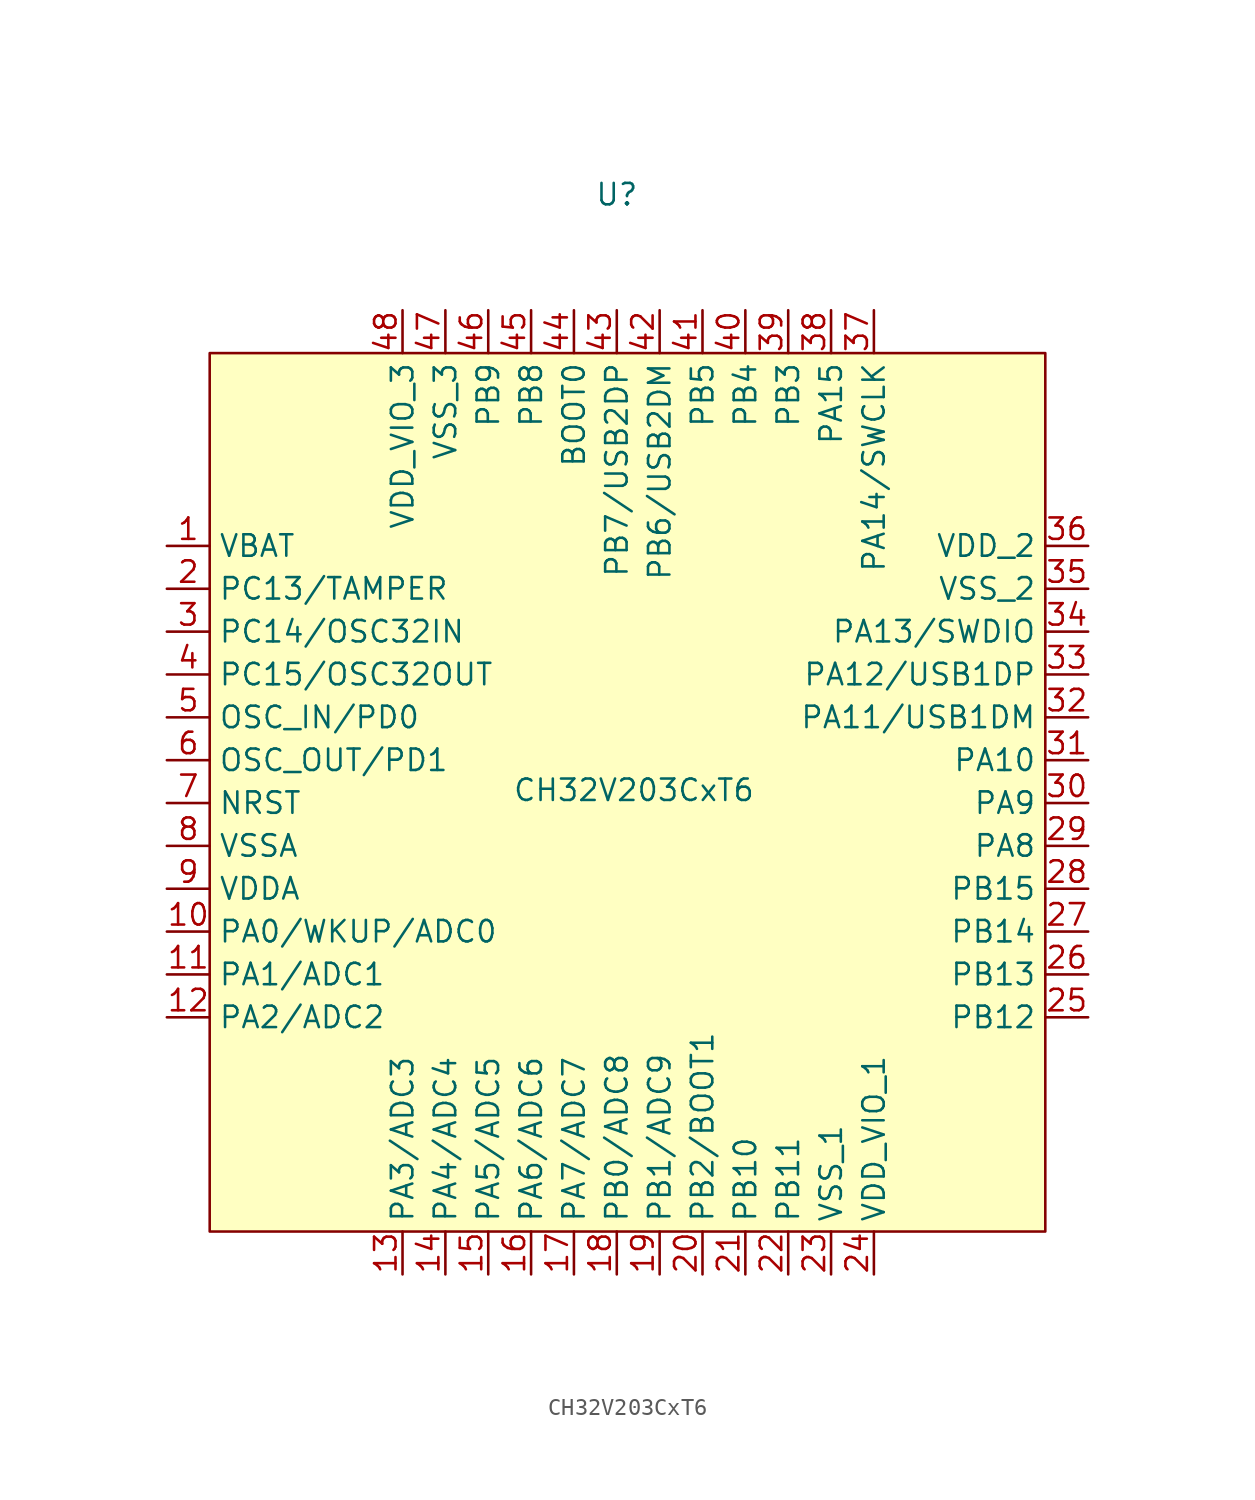
<source format=kicad_sym>
(kicad_symbol_lib
  (version 20231120)
  (generator "kicad_symbol_editor")
  (generator_version "8.0")
  (symbol "CH32V203CxT6"
    (property "Reference" "U"
      (at 0 34.798 0)
      (effects (font (size 1.27 1.27))))
    (property "Value" "CH32V203CxT6"
      (at 1.016 -0.508 0)
      (effects (font (size 1.27 1.27))))
    (symbol "CH32V203CxT6_0_0"
      (pin power_in line (at -26.67 13.97 0) (length 2.54) (name "VBAT" (effects (font (size 1.27 1.27)))) (number "1" (effects (font (size 1.27 1.27)))))
      (pin bidirectional line (at -26.67 -8.89 0) (length 2.54) (name "PA0/WKUP/ADC0" (effects (font (size 1.27 1.27)))) (number "10" (effects (font (size 1.27 1.27)))))
      (pin bidirectional line (at -26.67 -11.43 0) (length 2.54) (name "PA1/ADC1" (effects (font (size 1.27 1.27)))) (number "11" (effects (font (size 1.27 1.27)))))
      (pin bidirectional line (at -26.67 -13.97 0) (length 2.54) (name "PA2/ADC2" (effects (font (size 1.27 1.27)))) (number "12" (effects (font (size 1.27 1.27)))))
      (pin bidirectional line (at -12.7 -29.21 90) (length 2.54) (name "PA3/ADC3" (effects (font (size 1.27 1.27)))) (number "13" (effects (font (size 1.27 1.27)))))
      (pin bidirectional line (at -10.16 -29.21 90) (length 2.54) (name "PA4/ADC4" (effects (font (size 1.27 1.27)))) (number "14" (effects (font (size 1.27 1.27)))))
      (pin bidirectional line (at -7.62 -29.21 90) (length 2.54) (name "PA5/ADC5" (effects (font (size 1.27 1.27)))) (number "15" (effects (font (size 1.27 1.27)))))
      (pin bidirectional line (at -5.08 -29.21 90) (length 2.54) (name "PA6/ADC6" (effects (font (size 1.27 1.27)))) (number "16" (effects (font (size 1.27 1.27)))))
      (pin bidirectional line (at -2.54 -29.21 90) (length 2.54) (name "PA7/ADC7" (effects (font (size 1.27 1.27)))) (number "17" (effects (font (size 1.27 1.27)))))
      (pin bidirectional line (at 0 -29.21 90) (length 2.54) (name "PB0/ADC8" (effects (font (size 1.27 1.27)))) (number "18" (effects (font (size 1.27 1.27)))))
      (pin bidirectional line (at 2.54 -29.21 90) (length 2.54) (name "PB1/ADC9" (effects (font (size 1.27 1.27)))) (number "19" (effects (font (size 1.27 1.27)))))
      (pin bidirectional line (at -26.67 11.43 0) (length 2.54) (name "PC13/TAMPER" (effects (font (size 1.27 1.27)))) (number "2" (effects (font (size 1.27 1.27)))))
      (pin bidirectional line (at 5.08 -29.21 90) (length 2.54) (name "PB2/BOOT1" (effects (font (size 1.27 1.27)))) (number "20" (effects (font (size 1.27 1.27)))))
      (pin bidirectional line (at 7.62 -29.21 90) (length 2.54) (name "PB10" (effects (font (size 1.27 1.27)))) (number "21" (effects (font (size 1.27 1.27)))))
      (pin bidirectional line (at 10.16 -29.21 90) (length 2.54) (name "PB11" (effects (font (size 1.27 1.27)))) (number "22" (effects (font (size 1.27 1.27)))))
      (pin power_in line (at 12.7 -29.21 90) (length 2.54) (name "VSS_1" (effects (font (size 1.27 1.27)))) (number "23" (effects (font (size 1.27 1.27)))))
      (pin power_in line (at 15.24 -29.21 90) (length 2.54) (name "VDD_VIO_1" (effects (font (size 1.27 1.27)))) (number "24" (effects (font (size 1.27 1.27)))))
      (pin bidirectional line (at 27.94 -13.97 180) (length 2.54) (name "PB12" (effects (font (size 1.27 1.27)))) (number "25" (effects (font (size 1.27 1.27)))))
      (pin bidirectional line (at 27.94 -11.43 180) (length 2.54) (name "PB13" (effects (font (size 1.27 1.27)))) (number "26" (effects (font (size 1.27 1.27)))))
      (pin bidirectional line (at 27.94 -8.89 180) (length 2.54) (name "PB14" (effects (font (size 1.27 1.27)))) (number "27" (effects (font (size 1.27 1.27)))))
      (pin bidirectional line (at 27.94 -6.35 180) (length 2.54) (name "PB15" (effects (font (size 1.27 1.27)))) (number "28" (effects (font (size 1.27 1.27)))))
      (pin bidirectional line (at 27.94 -3.81 180) (length 2.54) (name "PA8" (effects (font (size 1.27 1.27)))) (number "29" (effects (font (size 1.27 1.27)))))
      (pin bidirectional line (at -26.67 8.89 0) (length 2.54) (name "PC14/OSC32IN" (effects (font (size 1.27 1.27)))) (number "3" (effects (font (size 1.27 1.27)))))
      (pin bidirectional line (at 27.94 -1.27 180) (length 2.54) (name "PA9" (effects (font (size 1.27 1.27)))) (number "30" (effects (font (size 1.27 1.27)))))
      (pin bidirectional line (at 27.94 1.27 180) (length 2.54) (name "PA10" (effects (font (size 1.27 1.27)))) (number "31" (effects (font (size 1.27 1.27)))))
      (pin bidirectional line (at 27.94 3.81 180) (length 2.54) (name "PA11/USB1DM" (effects (font (size 1.27 1.27)))) (number "32" (effects (font (size 1.27 1.27)))))
      (pin bidirectional line (at 27.94 6.35 180) (length 2.54) (name "PA12/USB1DP" (effects (font (size 1.27 1.27)))) (number "33" (effects (font (size 1.27 1.27)))))
      (pin bidirectional line (at 27.94 8.89 180) (length 2.54) (name "PA13/SWDIO" (effects (font (size 1.27 1.27)))) (number "34" (effects (font (size 1.27 1.27)))))
      (pin power_in line (at 27.94 11.43 180) (length 2.54) (name "VSS_2" (effects (font (size 1.27 1.27)))) (number "35" (effects (font (size 1.27 1.27)))))
      (pin power_in line (at 27.94 13.97 180) (length 2.54) (name "VDD_2" (effects (font (size 1.27 1.27)))) (number "36" (effects (font (size 1.27 1.27)))))
      (pin bidirectional line (at 15.24 27.94 270) (length 2.54) (name "PA14/SWCLK" (effects (font (size 1.27 1.27)))) (number "37" (effects (font (size 1.27 1.27)))))
      (pin bidirectional line (at 12.7 27.94 270) (length 2.54) (name "PA15" (effects (font (size 1.27 1.27)))) (number "38" (effects (font (size 1.27 1.27)))))
      (pin bidirectional line (at 10.16 27.94 270) (length 2.54) (name "PB3" (effects (font (size 1.27 1.27)))) (number "39" (effects (font (size 1.27 1.27)))))
      (pin bidirectional line (at -26.67 6.35 0) (length 2.54) (name "PC15/OSC32OUT" (effects (font (size 1.27 1.27)))) (number "4" (effects (font (size 1.27 1.27)))))
      (pin bidirectional line (at 7.62 27.94 270) (length 2.54) (name "PB4" (effects (font (size 1.27 1.27)))) (number "40" (effects (font (size 1.27 1.27)))))
      (pin bidirectional line (at 5.08 27.94 270) (length 2.54) (name "PB5" (effects (font (size 1.27 1.27)))) (number "41" (effects (font (size 1.27 1.27)))))
      (pin bidirectional line (at 2.54 27.94 270) (length 2.54) (name "PB6/USB2DM" (effects (font (size 1.27 1.27)))) (number "42" (effects (font (size 1.27 1.27)))))
      (pin bidirectional line (at 0 27.94 270) (length 2.54) (name "PB7/USB2DP" (effects (font (size 1.27 1.27)))) (number "43" (effects (font (size 1.27 1.27)))))
      (pin bidirectional line (at -2.54 27.94 270) (length 2.54) (name "BOOT0" (effects (font (size 1.27 1.27)))) (number "44" (effects (font (size 1.27 1.27)))))
      (pin bidirectional line (at -5.08 27.94 270) (length 2.54) (name "PB8" (effects (font (size 1.27 1.27)))) (number "45" (effects (font (size 1.27 1.27)))))
      (pin bidirectional line (at -7.62 27.94 270) (length 2.54) (name "PB9" (effects (font (size 1.27 1.27)))) (number "46" (effects (font (size 1.27 1.27)))))
      (pin power_in line (at -10.16 27.94 270) (length 2.54) (name "VSS_3" (effects (font (size 1.27 1.27)))) (number "47" (effects (font (size 1.27 1.27)))))
      (pin power_in line (at -12.7 27.94 270) (length 2.54) (name "VDD_VIO_3" (effects (font (size 1.27 1.27)))) (number "48" (effects (font (size 1.27 1.27)))))
      (pin bidirectional line (at -26.67 3.81 0) (length 2.54) (name "OSC_IN/PD0" (effects (font (size 1.27 1.27)))) (number "5" (effects (font (size 1.27 1.27)))))
      (pin bidirectional line (at -26.67 1.27 0) (length 2.54) (name "OSC_OUT/PD1" (effects (font (size 1.27 1.27)))) (number "6" (effects (font (size 1.27 1.27)))))
      (pin bidirectional line (at -26.67 -1.27 0) (length 2.54) (name "NRST" (effects (font (size 1.27 1.27)))) (number "7" (effects (font (size 1.27 1.27)))))
      (pin power_in line (at -26.67 -3.81 0) (length 2.54) (name "VSSA" (effects (font (size 1.27 1.27)))) (number "8" (effects (font (size 1.27 1.27)))))
      (pin power_in line (at -26.67 -6.35 0) (length 2.54) (name "VDDA" (effects (font (size 1.27 1.27)))) (number "9" (effects (font (size 1.27 1.27))))))
    (symbol "CH32V203CxT6_1_1"
      (rectangle (start -24.13 25.4) (end 25.4 -26.67) (stroke (width 0) (type default)) (fill (type background))))))
</source>
